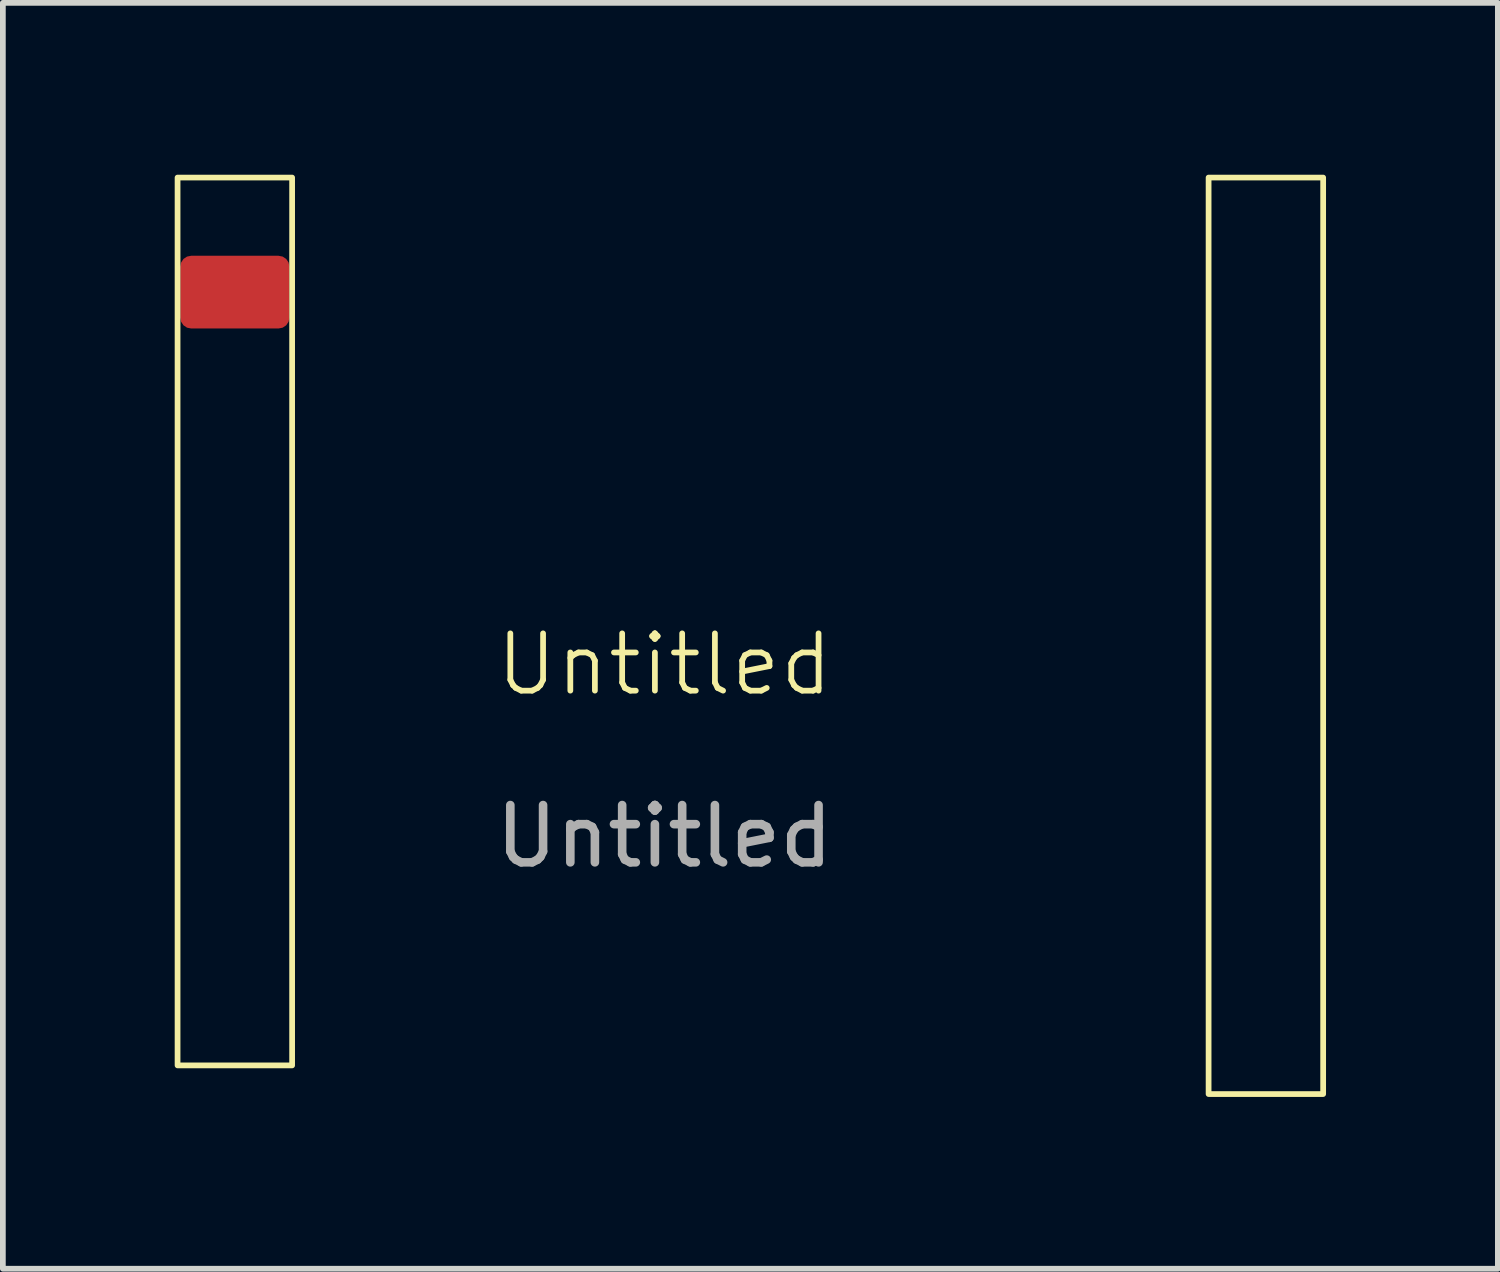
<source format=kicad_pcb>
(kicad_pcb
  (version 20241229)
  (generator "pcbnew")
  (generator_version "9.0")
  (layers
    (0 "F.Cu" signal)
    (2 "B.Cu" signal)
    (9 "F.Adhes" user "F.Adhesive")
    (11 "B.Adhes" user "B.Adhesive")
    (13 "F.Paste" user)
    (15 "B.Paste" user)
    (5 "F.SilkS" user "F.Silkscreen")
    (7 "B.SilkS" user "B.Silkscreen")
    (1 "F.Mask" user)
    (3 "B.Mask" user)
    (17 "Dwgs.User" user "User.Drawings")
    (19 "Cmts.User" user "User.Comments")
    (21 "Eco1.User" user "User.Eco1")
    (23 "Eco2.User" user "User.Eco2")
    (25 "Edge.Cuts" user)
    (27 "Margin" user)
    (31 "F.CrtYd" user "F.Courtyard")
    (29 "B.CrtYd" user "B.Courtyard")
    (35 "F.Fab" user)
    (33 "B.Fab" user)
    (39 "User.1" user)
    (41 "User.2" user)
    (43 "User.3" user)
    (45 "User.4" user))
  (footprint "Untitled"
    (layer "F.Cu")
    (at 8.55 9.05)
    (property "Reference" "Untitled" (at 0 -0.5 0) (unlocked yes) (layer "F.SilkS") (effects (font (size 1 1) (thickness 0.1))))
    (attr smd)
    (fp_rect (start -8.5 -9) (end -6.5 6.5) (stroke (width 0.1) (type default)) (fill no) (layer "F.SilkS"))
    (fp_rect (start 9.5 -9) (end 11.5 7) (stroke (width 0.1) (type default)) (fill no) (layer "F.SilkS"))
    (fp_text user "${REFERENCE}" (at 0 2.5 0) (unlocked yes) (layer "F.Fab") (effects (font (size 1 1) (thickness 0.15))))
    (pad "1" smd roundrect (at -7.5 -7) (size 1.905 1.27) (layers "F.Cu" "F.Mask" "F.Paste") (roundrect_rratio 0.15)))
  (gr_rect
    (start -3 -3)
    (end 23.1 19.1)
    (stroke (width 0.1) (type default))
    (fill no)
    (layer "Edge.Cuts")))
</source>
